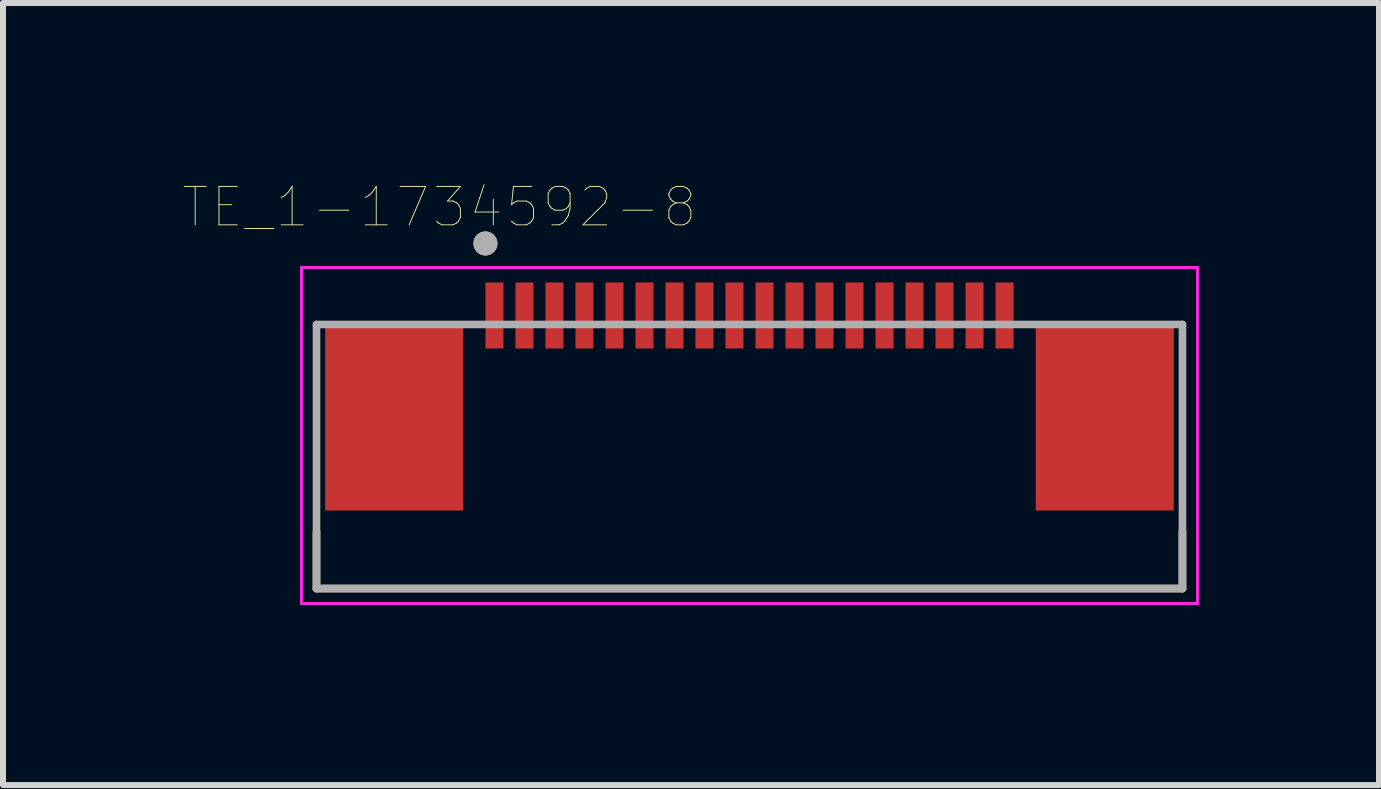
<source format=kicad_pcb>
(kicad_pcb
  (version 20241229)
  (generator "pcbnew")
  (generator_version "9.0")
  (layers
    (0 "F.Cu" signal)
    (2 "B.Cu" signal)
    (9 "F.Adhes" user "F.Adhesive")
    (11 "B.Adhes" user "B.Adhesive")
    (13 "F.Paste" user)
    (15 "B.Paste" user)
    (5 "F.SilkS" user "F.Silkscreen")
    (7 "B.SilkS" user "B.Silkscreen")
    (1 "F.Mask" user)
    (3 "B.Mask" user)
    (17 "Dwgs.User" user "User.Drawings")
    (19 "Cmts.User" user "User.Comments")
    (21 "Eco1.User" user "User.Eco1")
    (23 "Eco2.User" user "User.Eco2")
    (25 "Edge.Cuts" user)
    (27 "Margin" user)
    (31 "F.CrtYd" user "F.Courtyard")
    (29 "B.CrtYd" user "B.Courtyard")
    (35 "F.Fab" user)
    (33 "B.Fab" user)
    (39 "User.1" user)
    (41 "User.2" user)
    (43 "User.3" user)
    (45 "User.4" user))
  (footprint "TE_1-1734592-8"
    (layer "F.Cu")
    (at 9.439 2.207)
    (property "Reference" "TE_1-1734592-8" (at -5.168 -1.806 0) (layer "F.SilkS") (effects (font (size 0.64 0.64) (thickness 0.015))))
    (attr through_hole)
    (fp_line (start -7.215 4.55) (end -7.215 3.6) (stroke (width 0.127) (type solid)) (layer "F.SilkS"))
    (fp_line (start -7.215 4.55) (end 7.215 4.55) (stroke (width 0.127) (type solid)) (layer "F.SilkS"))
    (fp_line (start 7.215 4.55) (end 7.215 3.6) (stroke (width 0.127) (type solid)) (layer "F.SilkS"))
    (fp_circle (center -4.4 -1.2) (end -4.3 -1.2) (stroke (width 0.2) (type solid)) (fill no) (layer "F.SilkS"))
    (fp_line (start -7.465 -0.8) (end -7.465 4.8) (stroke (width 0.05) (type solid)) (layer "F.CrtYd"))
    (fp_line (start -7.465 4.8) (end 7.465 4.8) (stroke (width 0.05) (type solid)) (layer "F.CrtYd"))
    (fp_line (start 7.465 -0.8) (end -7.465 -0.8) (stroke (width 0.05) (type solid)) (layer "F.CrtYd"))
    (fp_line (start 7.465 4.8) (end 7.465 -0.8) (stroke (width 0.05) (type solid)) (layer "F.CrtYd"))
    (fp_line (start -7.215 0.15) (end -7.215 4.55) (stroke (width 0.127) (type solid)) (layer "F.Fab"))
    (fp_line (start -7.215 4.55) (end 7.215 4.55) (stroke (width 0.127) (type solid)) (layer "F.Fab"))
    (fp_line (start 7.215 0.15) (end -7.215 0.15) (stroke (width 0.127) (type solid)) (layer "F.Fab"))
    (fp_line (start 7.215 4.55) (end 7.215 0.15) (stroke (width 0.127) (type solid)) (layer "F.Fab"))
    (fp_circle (center -4.4 -1.2) (end -4.3 -1.2) (stroke (width 0.2) (type solid)) (fill no) (layer "F.Fab"))
    (pad "1" smd rect (at -4.25 0) (size 0.3 1.1) (layers "F.Cu" "F.Mask" "F.Paste"))
    (pad "2" smd rect (at -3.75 0) (size 0.3 1.1) (layers "F.Cu" "F.Mask" "F.Paste"))
    (pad "3" smd rect (at -3.25 0) (size 0.3 1.1) (layers "F.Cu" "F.Mask" "F.Paste"))
    (pad "4" smd rect (at -2.75 0) (size 0.3 1.1) (layers "F.Cu" "F.Mask" "F.Paste"))
    (pad "5" smd rect (at -2.25 0) (size 0.3 1.1) (layers "F.Cu" "F.Mask" "F.Paste"))
    (pad "6" smd rect (at -1.75 0) (size 0.3 1.1) (layers "F.Cu" "F.Mask" "F.Paste"))
    (pad "7" smd rect (at -1.25 0) (size 0.3 1.1) (layers "F.Cu" "F.Mask" "F.Paste"))
    (pad "8" smd rect (at -0.75 0) (size 0.3 1.1) (layers "F.Cu" "F.Mask" "F.Paste"))
    (pad "9" smd rect (at -0.25 0) (size 0.3 1.1) (layers "F.Cu" "F.Mask" "F.Paste"))
    (pad "10" smd rect (at 0.25 0) (size 0.3 1.1) (layers "F.Cu" "F.Mask" "F.Paste"))
    (pad "11" smd rect (at 0.75 0) (size 0.3 1.1) (layers "F.Cu" "F.Mask" "F.Paste"))
    (pad "12" smd rect (at 1.25 0) (size 0.3 1.1) (layers "F.Cu" "F.Mask" "F.Paste"))
    (pad "13" smd rect (at 1.75 0) (size 0.3 1.1) (layers "F.Cu" "F.Mask" "F.Paste"))
    (pad "14" smd rect (at 2.25 0) (size 0.3 1.1) (layers "F.Cu" "F.Mask" "F.Paste"))
    (pad "15" smd rect (at 2.75 0) (size 0.3 1.1) (layers "F.Cu" "F.Mask" "F.Paste"))
    (pad "16" smd rect (at 3.25 0) (size 0.3 1.1) (layers "F.Cu" "F.Mask" "F.Paste"))
    (pad "17" smd rect (at 3.75 0) (size 0.3 1.1) (layers "F.Cu" "F.Mask" "F.Paste"))
    (pad "18" smd rect (at 4.25 0) (size 0.3 1.1) (layers "F.Cu" "F.Mask" "F.Paste"))
    (pad "S1" smd rect (at -5.92 1.7) (size 2.3 3.1) (layers "F.Cu" "F.Mask" "F.Paste"))
    (pad "S2" smd rect (at 5.92 1.7) (size 2.3 3.1) (layers "F.Cu" "F.Mask" "F.Paste")))
  (gr_rect
    (start -3 -3)
    (end 19.929 10.032)
    (stroke (width 0.1) (type default))
    (fill no)
    (layer "Edge.Cuts")))
</source>
